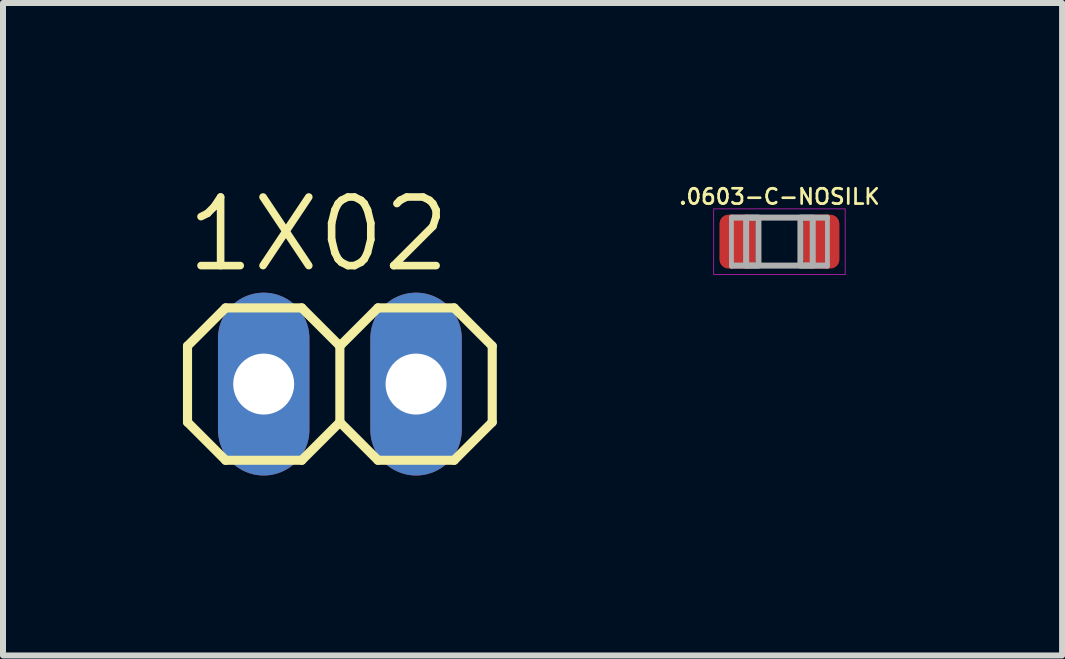
<source format=kicad_pcb>
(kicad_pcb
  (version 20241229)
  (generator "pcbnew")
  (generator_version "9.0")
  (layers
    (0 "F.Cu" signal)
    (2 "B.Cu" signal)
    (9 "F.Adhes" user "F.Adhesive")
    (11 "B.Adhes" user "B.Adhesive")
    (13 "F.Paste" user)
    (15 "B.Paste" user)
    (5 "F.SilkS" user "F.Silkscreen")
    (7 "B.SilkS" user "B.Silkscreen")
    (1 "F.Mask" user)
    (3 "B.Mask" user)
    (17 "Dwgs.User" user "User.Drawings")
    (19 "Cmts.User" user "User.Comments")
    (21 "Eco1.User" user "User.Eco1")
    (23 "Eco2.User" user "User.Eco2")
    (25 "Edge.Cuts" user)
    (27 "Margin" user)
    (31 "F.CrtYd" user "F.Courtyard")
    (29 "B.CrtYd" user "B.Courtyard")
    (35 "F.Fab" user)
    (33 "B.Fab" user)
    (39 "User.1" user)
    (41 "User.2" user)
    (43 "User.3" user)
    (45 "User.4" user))
  (footprint ".0603-C-NOSILK"
    (layer "F.Cu")
    (at 9.944 0.978)
    (property "Reference" ".0603-C-NOSILK" (at 0 -0.75 0) (layer "F.SilkS") (effects (font (size 0.255 0.255) (thickness 0.045))))
    (fp_line (start -0.845 -0.295) (end -0.845 0.295) (stroke (width 0.43) (type solid)) (layer "F.Mask"))
    (fp_line (start -0.555 -0.295) (end -0.845 -0.295) (stroke (width 0.43) (type solid)) (layer "F.Mask"))
    (fp_line (start -0.555 -0.295) (end -0.555 0.295) (stroke (width 0.43) (type solid)) (layer "F.Mask"))
    (fp_line (start -0.555 0.295) (end -0.845 0.295) (stroke (width 0.43) (type solid)) (layer "F.Mask"))
    (fp_line (start 0.555 -0.295) (end 0.555 0.295) (stroke (width 0.43) (type solid)) (layer "F.Mask"))
    (fp_line (start 0.845 -0.295) (end 0.555 -0.295) (stroke (width 0.43) (type solid)) (layer "F.Mask"))
    (fp_line (start 0.845 -0.295) (end 0.845 0.295) (stroke (width 0.43) (type solid)) (layer "F.Mask"))
    (fp_line (start 0.845 0.295) (end 0.555 0.295) (stroke (width 0.43) (type solid)) (layer "F.Mask"))
    (fp_line (start -1.095 -0.545) (end -1.095 0.545) (stroke (width 0.01) (type solid)) (layer "F.CrtYd"))
    (fp_line (start -1.095 0.545) (end 1.095 0.545) (stroke (width 0.01) (type solid)) (layer "F.CrtYd"))
    (fp_line (start 1.095 -0.545) (end -1.095 -0.545) (stroke (width 0.01) (type solid)) (layer "F.CrtYd"))
    (fp_line (start 1.095 0.545) (end 1.095 -0.545) (stroke (width 0.01) (type solid)) (layer "F.CrtYd"))
    (fp_line (start -0.8 0.41) (end -0.8 -0.41) (stroke (width 0.08) (type solid)) (layer "F.Fab"))
    (fp_line (start -0.79 -0.4) (end 0.79 -0.4) (stroke (width 0.1) (type solid)) (layer "F.Fab"))
    (fp_line (start 0.79 0.4) (end -0.79 0.4) (stroke (width 0.1) (type solid)) (layer "F.Fab"))
    (fp_line (start 0.8 -0.41) (end 0.8 0.41) (stroke (width 0.08) (type solid)) (layer "F.Fab"))
    (fp_poly (pts (xy -0.555 0.4) (xy -0.35 0.4) (xy -0.35 -0.4) (xy -0.555 -0.4)) (stroke (width 0.1) (type solid)) (fill no) (layer "F.Fab"))
    (fp_poly (pts (xy 0.35 0.4) (xy 0.555 0.4) (xy 0.555 -0.4) (xy 0.35 -0.4)) (stroke (width 0.1) (type solid)) (fill no) (layer "F.Fab"))
    (pad "1" smd roundrect (at -0.7 0) (size 0.6 0.9) (layers "F.Cu" "F.Paste") (roundrect_rratio 0.25))
    (pad "2" smd roundrect (at 0.7 0) (size 0.6 0.9) (layers "F.Cu" "F.Paste") (roundrect_rratio 0.25)))
  (footprint "1X02"
    (layer "F.Cu")
    (at 2.616 3.353)
    (property "Reference" "1X02" (at -2.616 -1.829 0) (layer "F.SilkS") (effects (font (size 1.143 1.143) (thickness 0.127)) (justify left bottom)))
    (fp_line (start -2.54 -0.635) (end -2.54 0.635) (stroke (width 0.152) (type solid)) (layer "F.SilkS"))
    (fp_line (start -2.54 0.635) (end -1.905 1.27) (stroke (width 0.152) (type solid)) (layer "F.SilkS"))
    (fp_line (start -1.905 -1.27) (end -2.54 -0.635) (stroke (width 0.152) (type solid)) (layer "F.SilkS"))
    (fp_line (start -1.905 -1.27) (end -0.635 -1.27) (stroke (width 0.152) (type solid)) (layer "F.SilkS"))
    (fp_line (start -0.635 -1.27) (end 0 -0.635) (stroke (width 0.152) (type solid)) (layer "F.SilkS"))
    (fp_line (start -0.635 1.27) (end -1.905 1.27) (stroke (width 0.152) (type solid)) (layer "F.SilkS"))
    (fp_line (start 0 -0.635) (end 0 0.635) (stroke (width 0.152) (type solid)) (layer "F.SilkS"))
    (fp_line (start 0 -0.635) (end 0.635 -1.27) (stroke (width 0.152) (type solid)) (layer "F.SilkS"))
    (fp_line (start 0 0.635) (end -0.635 1.27) (stroke (width 0.152) (type solid)) (layer "F.SilkS"))
    (fp_line (start 0.635 -1.27) (end 1.905 -1.27) (stroke (width 0.152) (type solid)) (layer "F.SilkS"))
    (fp_line (start 0.635 1.27) (end 0 0.635) (stroke (width 0.152) (type solid)) (layer "F.SilkS"))
    (fp_line (start 1.905 -1.27) (end 2.54 -0.635) (stroke (width 0.152) (type solid)) (layer "F.SilkS"))
    (fp_line (start 1.905 1.27) (end 0.635 1.27) (stroke (width 0.152) (type solid)) (layer "F.SilkS"))
    (fp_line (start 2.54 -0.635) (end 2.54 0.635) (stroke (width 0.152) (type solid)) (layer "F.SilkS"))
    (fp_line (start 2.54 0.635) (end 1.905 1.27) (stroke (width 0.152) (type solid)) (layer "F.SilkS"))
    (fp_poly (pts (xy -1.524 0.254) (xy -1.016 0.254) (xy -1.016 -0.254) (xy -1.524 -0.254)) (stroke (width 0.1) (type solid)) (fill no) (layer "F.Fab"))
    (fp_poly (pts (xy 1.016 0.254) (xy 1.524 0.254) (xy 1.524 -0.254) (xy 1.016 -0.254)) (stroke (width 0.1) (type solid)) (fill no) (layer "F.Fab"))
    (pad "1" thru_hole oval (at -1.27 0 90) (size 3.048 1.524) (drill 1.016) (layers "*.Cu" "*.Mask"))
    (pad "2" thru_hole oval (at 1.27 0 90) (size 3.048 1.524) (drill 1.016) (layers "*.Cu" "*.Mask")))
  (gr_rect
    (start -3 -3)
    (end 14.656 7.877)
    (stroke (width 0.1) (type default))
    (fill no)
    (layer "Edge.Cuts")))
</source>
